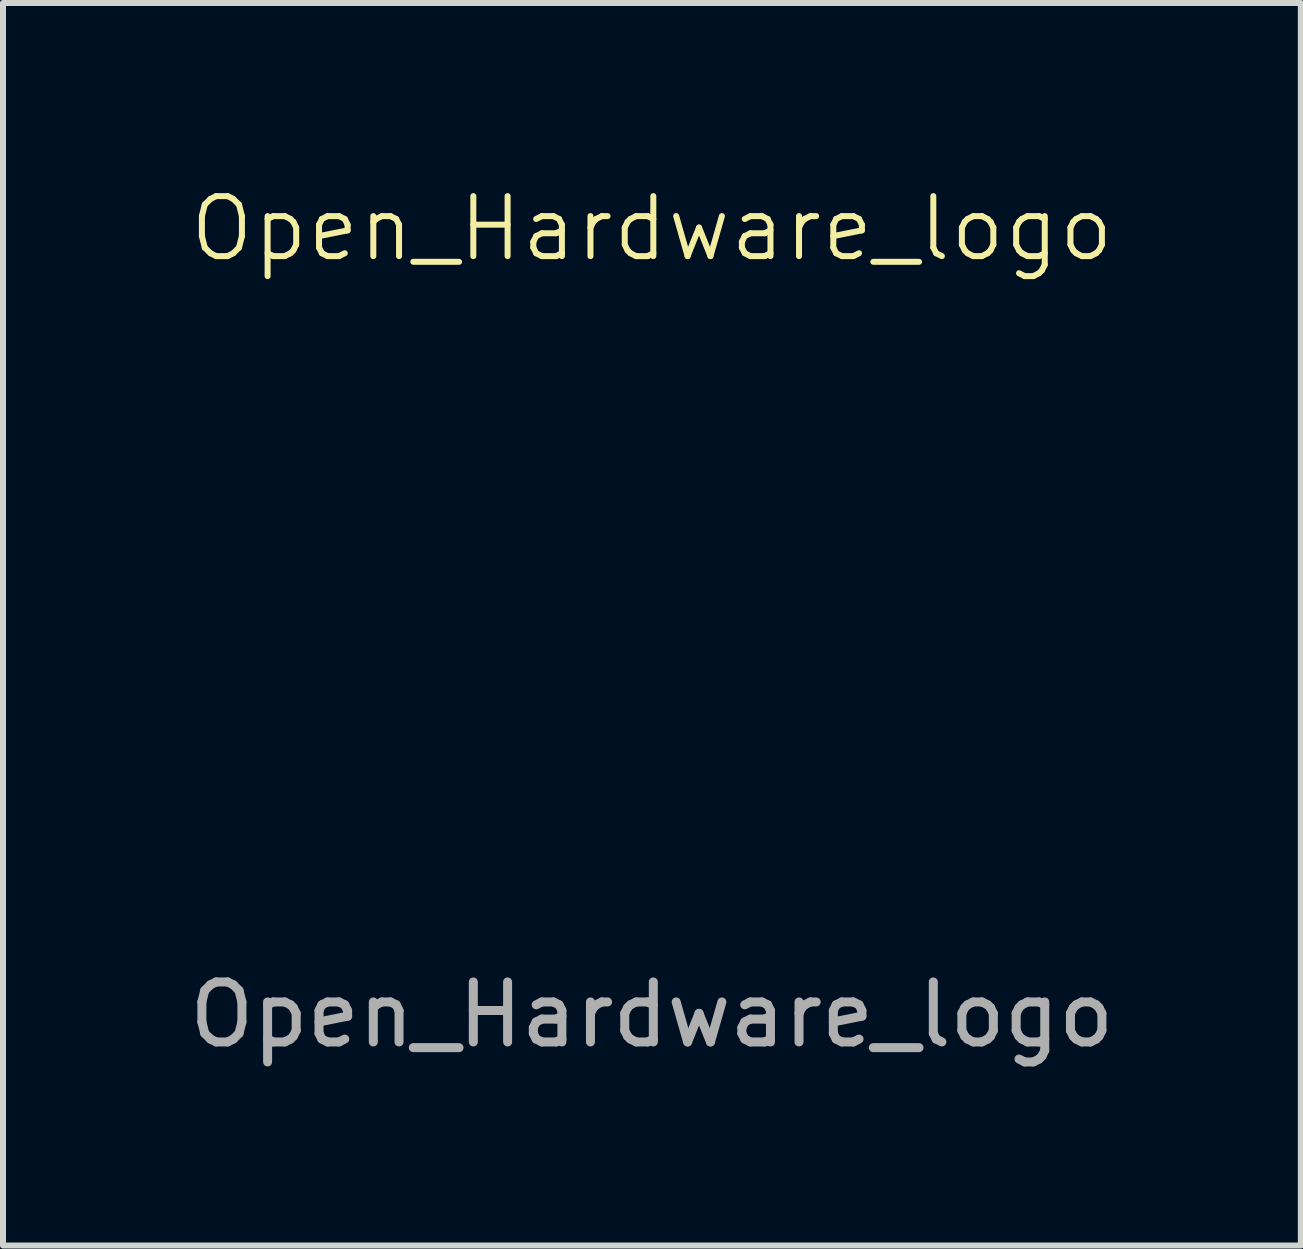
<source format=kicad_pcb>
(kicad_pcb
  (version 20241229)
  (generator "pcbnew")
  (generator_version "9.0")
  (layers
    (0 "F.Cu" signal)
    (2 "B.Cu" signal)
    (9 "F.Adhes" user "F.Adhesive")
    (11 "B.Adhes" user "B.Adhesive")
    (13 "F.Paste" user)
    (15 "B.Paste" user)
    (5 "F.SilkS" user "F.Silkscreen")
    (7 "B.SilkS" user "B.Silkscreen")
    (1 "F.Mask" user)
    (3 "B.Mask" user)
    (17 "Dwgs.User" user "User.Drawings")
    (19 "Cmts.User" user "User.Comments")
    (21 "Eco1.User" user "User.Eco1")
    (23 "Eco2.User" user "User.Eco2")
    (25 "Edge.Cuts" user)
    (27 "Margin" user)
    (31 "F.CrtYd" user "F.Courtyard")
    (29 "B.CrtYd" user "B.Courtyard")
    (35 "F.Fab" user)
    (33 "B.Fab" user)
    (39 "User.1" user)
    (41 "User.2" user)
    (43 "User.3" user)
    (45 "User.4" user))
  (footprint "Open_Hardware_logo"
    (layer "F.Cu")
    (at 7.815 8.261)
    (property "Reference" "Open_Hardware_logo" (at 0 -7.5 0) (unlocked yes) (layer "F.SilkS") (effects (font (size 1 1) (thickness 0.1))))
    (attr smd)
    (fp_poly (pts (xy 0.903 2.629) (xy 1.011 2.664) (xy 1.108 2.726) (xy 1.185 2.809) (xy 1.235 2.907) (xy 1.25 2.999) (xy 1.244 3.043) (xy 1.217 3.075) (xy 1.164 3.107) (xy 1.092 3.136) (xy 1.046 3.135) (xy 1.023 3.102) (xy 1.018 3.056) (xy 1.002 2.971) (xy 0.955 2.909) (xy 0.885 2.877) (xy 0.852 2.874) (xy 0.772 2.885) (xy 0.72 2.923) (xy 0.69 2.99) (xy 0.681 3.092) (xy 0.681 3.093) (xy 0.68 3.169) (xy 0.677 3.272) (xy 0.672 3.388) (xy 0.667 3.483) (xy 0.653 3.74) (xy 0.58 3.771) (xy 0.509 3.796) (xy 0.463 3.799) (xy 0.442 3.787) (xy 0.438 3.763) (xy 0.434 3.703) (xy 0.431 3.614) (xy 0.429 3.504) (xy 0.428 3.378) (xy 0.428 3.37) (xy 0.428 3.229) (xy 0.43 3.124) (xy 0.432 3.046) (xy 0.438 2.989) (xy 0.446 2.945) (xy 0.459 2.908) (xy 0.476 2.87) (xy 0.483 2.856) (xy 0.557 2.752) (xy 0.659 2.674) (xy 0.778 2.63) (xy 0.791 2.628)) (stroke (width 0) (type solid)) (fill yes) (layer "F.Mask"))
    (fp_poly (pts (xy 4.882 2.634) (xy 4.992 2.668) (xy 5.088 2.732) (xy 5.166 2.822) (xy 5.216 2.936) (xy 5.227 2.986) (xy 5.232 3.032) (xy 5.223 3.06) (xy 5.191 3.082) (xy 5.14 3.105) (xy 5.081 3.128) (xy 5.037 3.139) (xy 5.024 3.138) (xy 5.011 3.112) (xy 4.998 3.061) (xy 4.994 3.043) (xy 4.965 2.953) (xy 4.912 2.897) (xy 4.834 2.874) (xy 4.814 2.874) (xy 4.748 2.882) (xy 4.702 2.913) (xy 4.688 2.929) (xy 4.672 2.952) (xy 4.66 2.98) (xy 4.652 3.018) (xy 4.648 3.073) (xy 4.645 3.154) (xy 4.644 3.265) (xy 4.644 3.351) (xy 4.644 3.718) (xy 4.575 3.759) (xy 4.518 3.786) (xy 4.463 3.8) (xy 4.422 3.798) (xy 4.41 3.785) (xy 4.409 3.76) (xy 4.409 3.7) (xy 4.41 3.61) (xy 4.41 3.499) (xy 4.412 3.371) (xy 4.412 3.348) (xy 4.414 3.188) (xy 4.418 3.063) (xy 4.425 2.968) (xy 4.437 2.897) (xy 4.455 2.843) (xy 4.479 2.8) (xy 4.513 2.762) (xy 4.546 2.732) (xy 4.652 2.663) (xy 4.767 2.632)) (stroke (width 0) (type solid)) (fill yes) (layer "F.Mask"))
    (fp_poly (pts (xy -2.671 2.6) (xy -2.567 2.662) (xy -2.481 2.752) (xy -2.421 2.869) (xy -2.42 2.872) (xy -2.411 2.921) (xy -2.404 3.006) (xy -2.399 3.122) (xy -2.397 3.262) (xy -2.396 3.331) (xy -2.396 3.719) (xy -2.507 3.77) (xy -2.569 3.799) (xy -2.616 3.818) (xy -2.649 3.821) (xy -2.67 3.805) (xy -2.683 3.764) (xy -2.689 3.696) (xy -2.691 3.595) (xy -2.691 3.458) (xy -2.691 3.423) (xy -2.692 3.256) (xy -2.696 3.127) (xy -2.704 3.03) (xy -2.718 2.961) (xy -2.739 2.916) (xy -2.768 2.89) (xy -2.807 2.877) (xy -2.854 2.874) (xy -2.897 2.877) (xy -2.93 2.89) (xy -2.953 2.918) (xy -2.97 2.966) (xy -2.98 3.039) (xy -2.985 3.143) (xy -2.986 3.281) (xy -2.987 3.343) (xy -2.987 3.719) (xy -3.097 3.77) (xy -3.156 3.798) (xy -3.2 3.816) (xy -3.233 3.822) (xy -3.256 3.809) (xy -3.27 3.775) (xy -3.278 3.715) (xy -3.281 3.626) (xy -3.282 3.502) (xy -3.282 3.356) (xy -3.281 3.189) (xy -3.279 3.058) (xy -3.273 2.957) (xy -3.263 2.88) (xy -3.247 2.821) (xy -3.224 2.774) (xy -3.193 2.733) (xy -3.152 2.692) (xy -3.133 2.675) (xy -3.026 2.604) (xy -2.908 2.569) (xy -2.787 2.568)) (stroke (width 0) (type solid)) (fill yes) (layer "F.Mask"))
    (fp_poly (pts (xy -1.34 2.266) (xy -1.327 2.314) (xy -1.322 2.397) (xy -1.321 2.464) (xy -1.321 2.558) (xy -1.318 2.616) (xy -1.311 2.647) (xy -1.3 2.656) (xy -1.284 2.653) (xy -1.163 2.626) (xy -1.043 2.638) (xy -0.931 2.684) (xy -0.835 2.763) (xy -0.772 2.854) (xy -0.758 2.887) (xy -0.747 2.924) (xy -0.74 2.973) (xy -0.735 3.039) (xy -0.732 3.13) (xy -0.731 3.253) (xy -0.731 3.333) (xy -0.731 3.732) (xy -0.814 3.769) (xy -0.863 3.79) (xy -0.9 3.8) (xy -0.926 3.794) (xy -0.944 3.769) (xy -0.955 3.719) (xy -0.961 3.64) (xy -0.963 3.528) (xy -0.963 3.383) (xy -0.963 3.243) (xy -0.965 3.139) (xy -0.967 3.064) (xy -0.973 3.012) (xy -0.981 2.976) (xy -0.992 2.95) (xy -1.007 2.929) (xy -1.065 2.886) (xy -1.14 2.872) (xy -1.217 2.888) (xy -1.261 2.914) (xy -1.279 2.93) (xy -1.292 2.948) (xy -1.301 2.976) (xy -1.307 3.02) (xy -1.311 3.085) (xy -1.314 3.178) (xy -1.317 3.306) (xy -1.318 3.343) (xy -1.325 3.732) (xy -1.397 3.766) (xy -1.472 3.796) (xy -1.52 3.798) (xy -1.539 3.787) (xy -1.542 3.763) (xy -1.545 3.703) (xy -1.548 3.609) (xy -1.55 3.489) (xy -1.552 3.346) (xy -1.553 3.186) (xy -1.553 3.05) (xy -1.553 2.327) (xy -1.467 2.282) (xy -1.406 2.255) (xy -1.365 2.248)) (stroke (width 0) (type solid)) (fill yes) (layer "F.Mask"))
    (fp_poly (pts (xy -5.836 2.586) (xy -5.723 2.645) (xy -5.686 2.675) (xy -5.631 2.728) (xy -5.592 2.78) (xy -5.565 2.838) (xy -5.549 2.911) (xy -5.54 3.007) (xy -5.537 3.134) (xy -5.537 3.189) (xy -5.538 3.312) (xy -5.541 3.402) (xy -5.547 3.467) (xy -5.557 3.515) (xy -5.572 3.555) (xy -5.579 3.568) (xy -5.653 3.67) (xy -5.754 3.75) (xy -5.87 3.798) (xy -5.879 3.8) (xy -5.953 3.815) (xy -6.003 3.82) (xy -6.046 3.814) (xy -6.099 3.797) (xy -6.109 3.793) (xy -6.227 3.734) (xy -6.316 3.649) (xy -6.368 3.565) (xy -6.391 3.516) (xy -6.406 3.47) (xy -6.416 3.417) (xy -6.421 3.348) (xy -6.422 3.251) (xy -6.422 3.233) (xy -6.126 3.233) (xy -6.118 3.331) (xy -6.101 3.411) (xy -6.076 3.463) (xy -6.075 3.463) (xy -6.018 3.499) (xy -5.949 3.502) (xy -5.885 3.474) (xy -5.874 3.464) (xy -5.855 3.44) (xy -5.843 3.408) (xy -5.836 3.36) (xy -5.833 3.286) (xy -5.832 3.195) (xy -5.835 3.07) (xy -5.844 2.981) (xy -5.863 2.923) (xy -5.894 2.889) (xy -5.939 2.875) (xy -5.969 2.874) (xy -6.028 2.883) (xy -6.071 2.905) (xy -6.072 2.905) (xy -6.098 2.954) (xy -6.116 3.033) (xy -6.125 3.13) (xy -6.126 3.233) (xy -6.422 3.233) (xy -6.422 3.19) (xy -6.422 3.077) (xy -6.419 2.996) (xy -6.412 2.937) (xy -6.4 2.889) (xy -6.381 2.843) (xy -6.364 2.809) (xy -6.288 2.7) (xy -6.19 2.622) (xy -6.077 2.575) (xy -5.957 2.563)) (stroke (width 0) (type solid)) (fill yes) (layer "F.Mask"))
    (fp_poly (pts (xy -4.812 2.578) (xy -4.703 2.625) (xy -4.609 2.704) (xy -4.536 2.813) (xy -4.534 2.819) (xy -4.512 2.869) (xy -4.498 2.918) (xy -4.489 2.976) (xy -4.485 3.054) (xy -4.483 3.16) (xy -4.483 3.193) (xy -4.484 3.305) (xy -4.487 3.386) (xy -4.493 3.444) (xy -4.505 3.491) (xy -4.524 3.536) (xy -4.542 3.572) (xy -4.621 3.685) (xy -4.722 3.762) (xy -4.844 3.803) (xy -4.939 3.81) (xy -5.072 3.809) (xy -5.078 3.958) (xy -5.084 4.107) (xy -5.2 4.164) (xy -5.27 4.198) (xy -5.312 4.216) (xy -5.335 4.22) (xy -5.349 4.214) (xy -5.354 4.209) (xy -5.358 4.185) (xy -5.361 4.124) (xy -5.364 4.032) (xy -5.366 3.913) (xy -5.368 3.773) (xy -5.368 3.616) (xy -5.368 3.544) (xy -5.368 3.36) (xy -5.368 3.212) (xy -5.367 3.195) (xy -5.073 3.195) (xy -5.072 3.298) (xy -5.069 3.368) (xy -5.061 3.414) (xy -5.048 3.444) (xy -5.031 3.464) (xy -4.97 3.499) (xy -4.9 3.502) (xy -4.838 3.471) (xy -4.829 3.462) (xy -4.811 3.436) (xy -4.799 3.402) (xy -4.793 3.35) (xy -4.791 3.272) (xy -4.791 3.188) (xy -4.795 3.064) (xy -4.805 2.977) (xy -4.826 2.921) (xy -4.859 2.889) (xy -4.907 2.875) (xy -4.938 2.874) (xy -4.991 2.88) (xy -5.028 2.903) (xy -5.053 2.948) (xy -5.067 3.021) (xy -5.073 3.127) (xy -5.073 3.195) (xy -5.367 3.195) (xy -5.366 3.098) (xy -5.364 3.01) (xy -5.36 2.945) (xy -5.354 2.897) (xy -5.347 2.862) (xy -5.337 2.834) (xy -5.328 2.813) (xy -5.251 2.703) (xy -5.154 2.624) (xy -5.044 2.577) (xy -4.928 2.562)) (stroke (width 0) (type solid)) (fill yes) (layer "F.Mask"))
    (fp_poly (pts (xy 5.908 2.637) (xy 6.001 2.68) (xy 6.087 2.739) (xy 6.152 2.808) (xy 6.155 2.813) (xy 6.191 2.877) (xy 6.209 2.941) (xy 6.214 3.024) (xy 6.214 3.029) (xy 6.214 3.156) (xy 5.931 3.285) (xy 5.831 3.332) (xy 5.745 3.374) (xy 5.681 3.409) (xy 5.645 3.432) (xy 5.64 3.438) (xy 5.648 3.468) (xy 5.678 3.509) (xy 5.685 3.516) (xy 5.754 3.561) (xy 5.829 3.569) (xy 5.899 3.544) (xy 5.954 3.49) (xy 5.983 3.421) (xy 6.003 3.372) (xy 6.045 3.337) (xy 6.085 3.318) (xy 6.156 3.293) (xy 6.199 3.295) (xy 6.22 3.327) (xy 6.225 3.383) (xy 6.207 3.493) (xy 6.158 3.603) (xy 6.087 3.698) (xy 6.001 3.765) (xy 5.996 3.768) (xy 5.9 3.8) (xy 5.791 3.81) (xy 5.698 3.798) (xy 5.587 3.746) (xy 5.494 3.664) (xy 5.445 3.59) (xy 5.427 3.55) (xy 5.415 3.505) (xy 5.408 3.445) (xy 5.404 3.363) (xy 5.403 3.249) (xy 5.403 3.222) (xy 5.404 3.1) (xy 5.405 3.066) (xy 5.635 3.066) (xy 5.637 3.118) (xy 5.644 3.146) (xy 5.647 3.148) (xy 5.67 3.139) (xy 5.722 3.118) (xy 5.792 3.086) (xy 5.815 3.075) (xy 5.888 3.039) (xy 5.942 3.007) (xy 5.97 2.985) (xy 5.972 2.98) (xy 5.953 2.937) (xy 5.905 2.899) (xy 5.839 2.877) (xy 5.805 2.874) (xy 5.724 2.891) (xy 5.667 2.942) (xy 5.638 3.022) (xy 5.635 3.066) (xy 5.405 3.066) (xy 5.407 3.012) (xy 5.414 2.948) (xy 5.425 2.901) (xy 5.441 2.861) (xy 5.444 2.854) (xy 5.52 2.75) (xy 5.622 2.673) (xy 5.743 2.629) (xy 5.824 2.621)) (stroke (width 0) (type solid)) (fill yes) (layer "F.Mask"))
    (fp_poly (pts (xy -3.769 2.578) (xy -3.689 2.613) (xy -3.606 2.671) (xy -3.534 2.742) (xy -3.485 2.813) (xy -3.474 2.839) (xy -3.45 2.939) (xy -3.439 3.029) (xy -3.442 3.098) (xy -3.455 3.131) (xy -3.483 3.152) (xy -3.543 3.185) (xy -3.625 3.227) (xy -3.722 3.272) (xy -3.751 3.285) (xy -3.848 3.33) (xy -3.929 3.369) (xy -3.988 3.4) (xy -4.017 3.418) (xy -4.019 3.421) (xy -4.005 3.445) (xy -3.981 3.471) (xy -3.92 3.502) (xy -3.854 3.5) (xy -3.796 3.47) (xy -3.756 3.418) (xy -3.745 3.368) (xy -3.739 3.336) (xy -3.716 3.309) (xy -3.666 3.278) (xy -3.615 3.253) (xy -3.53 3.217) (xy -3.475 3.207) (xy -3.445 3.227) (xy -3.436 3.28) (xy -3.441 3.367) (xy -3.474 3.512) (xy -3.537 3.632) (xy -3.627 3.725) (xy -3.742 3.786) (xy -3.788 3.799) (xy -3.865 3.815) (xy -3.919 3.819) (xy -3.97 3.81) (xy -4.022 3.793) (xy -4.14 3.734) (xy -4.229 3.649) (xy -4.281 3.565) (xy -4.304 3.516) (xy -4.32 3.47) (xy -4.329 3.417) (xy -4.334 3.348) (xy -4.335 3.251) (xy -4.336 3.19) (xy -4.335 3.077) (xy -4.332 3.003) (xy -4.019 3.003) (xy -4.016 3.046) (xy -4.009 3.063) (xy -3.986 3.056) (xy -3.937 3.035) (xy -3.883 3.012) (xy -3.809 2.975) (xy -3.774 2.946) (xy -3.774 2.92) (xy -3.807 2.896) (xy -3.88 2.875) (xy -3.947 2.887) (xy -3.996 2.928) (xy -4.019 2.992) (xy -4.019 3.003) (xy -4.332 3.003) (xy -4.332 2.996) (xy -4.325 2.937) (xy -4.313 2.889) (xy -4.294 2.843) (xy -4.278 2.809) (xy -4.2 2.699) (xy -4.098 2.619) (xy -3.979 2.573) (xy -3.85 2.564)) (stroke (width 0) (type solid)) (fill yes) (layer "F.Mask"))
    (fp_poly (pts (xy -0.094 2.629) (xy 0.03 2.667) (xy 0.134 2.74) (xy 0.189 2.802) (xy 0.249 2.881) (xy 0.249 3.312) (xy 0.249 3.743) (xy 0.167 3.775) (xy 0.102 3.795) (xy 0.058 3.79) (xy 0.05 3.786) (xy 0.006 3.775) (xy -0.016 3.78) (xy -0.076 3.799) (xy -0.157 3.809) (xy -0.24 3.809) (xy -0.286 3.802) (xy -0.389 3.759) (xy -0.472 3.689) (xy -0.53 3.602) (xy -0.56 3.504) (xy -0.558 3.461) (xy -0.314 3.461) (xy -0.31 3.5) (xy -0.296 3.526) (xy -0.269 3.554) (xy -0.233 3.566) (xy -0.173 3.567) (xy -0.154 3.566) (xy -0.09 3.563) (xy -0.054 3.571) (xy -0.032 3.594) (xy -0.016 3.627) (xy 0.006 3.672) (xy 0.02 3.695) (xy 0.021 3.696) (xy 0.024 3.676) (xy 0.026 3.623) (xy 0.027 3.546) (xy 0.028 3.486) (xy 0.028 3.277) (xy -0.131 3.342) (xy -0.229 3.386) (xy -0.288 3.424) (xy -0.314 3.461) (xy -0.558 3.461) (xy -0.556 3.404) (xy -0.533 3.342) (xy -0.504 3.294) (xy -0.466 3.254) (xy -0.413 3.217) (xy -0.335 3.176) (xy -0.227 3.128) (xy -0.202 3.117) (xy -0.114 3.079) (xy -0.042 3.045) (xy 0.006 3.019) (xy 0.022 3.006) (xy 0.015 2.978) (xy -0.012 2.935) (xy -0.015 2.93) (xy -0.062 2.888) (xy -0.123 2.874) (xy -0.138 2.874) (xy -0.217 2.884) (xy -0.271 2.921) (xy -0.31 2.992) (xy -0.316 3.008) (xy -0.348 3.072) (xy -0.398 3.111) (xy -0.421 3.121) (xy -0.495 3.141) (xy -0.541 3.131) (xy -0.561 3.09) (xy -0.562 3.069) (xy -0.544 2.946) (xy -0.493 2.834) (xy -0.417 2.741) (xy -0.321 2.672) (xy -0.211 2.632) (xy -0.096 2.629)) (stroke (width 0) (type solid)) (fill yes) (layer "F.Mask"))
    (fp_poly (pts (xy 2.232 2.252) (xy 2.244 2.265) (xy 2.25 2.294) (xy 2.254 2.36) (xy 2.256 2.459) (xy 2.258 2.586) (xy 2.258 2.736) (xy 2.257 2.905) (xy 2.254 3.088) (xy 2.252 3.233) (xy 2.248 3.345) (xy 2.244 3.43) (xy 2.238 3.492) (xy 2.231 3.536) (xy 2.222 3.566) (xy 2.216 3.58) (xy 2.163 3.653) (xy 2.093 3.724) (xy 2.022 3.774) (xy 2.02 3.775) (xy 1.933 3.803) (xy 1.829 3.811) (xy 1.731 3.8) (xy 1.703 3.791) (xy 1.616 3.743) (xy 1.535 3.668) (xy 1.471 3.581) (xy 1.442 3.514) (xy 1.43 3.444) (xy 1.423 3.345) (xy 1.42 3.231) (xy 1.42 3.224) (xy 1.672 3.224) (xy 1.672 3.332) (xy 1.674 3.406) (xy 1.679 3.455) (xy 1.689 3.486) (xy 1.705 3.507) (xy 1.727 3.526) (xy 1.803 3.563) (xy 1.883 3.564) (xy 1.954 3.53) (xy 1.96 3.523) (xy 1.981 3.501) (xy 1.995 3.475) (xy 2.003 3.438) (xy 2.007 3.379) (xy 2.009 3.292) (xy 2.009 3.224) (xy 2.008 3.116) (xy 2.006 3.041) (xy 2 2.991) (xy 1.989 2.957) (xy 1.972 2.932) (xy 1.963 2.923) (xy 1.899 2.882) (xy 1.823 2.874) (xy 1.749 2.898) (xy 1.721 2.92) (xy 1.7 2.941) (xy 1.686 2.967) (xy 1.678 3.004) (xy 1.674 3.062) (xy 1.672 3.148) (xy 1.672 3.224) (xy 1.42 3.224) (xy 1.422 3.116) (xy 1.429 3.013) (xy 1.44 2.936) (xy 1.443 2.926) (xy 1.492 2.822) (xy 1.571 2.735) (xy 1.672 2.67) (xy 1.784 2.634) (xy 1.898 2.633) (xy 1.92 2.637) (xy 2.009 2.657) (xy 2.009 2.503) (xy 2.013 2.409) (xy 2.027 2.346) (xy 2.057 2.305) (xy 2.11 2.276) (xy 2.148 2.262) (xy 2.202 2.248)) (stroke (width 0) (type solid)) (fill yes) (layer "F.Mask"))
    (fp_poly (pts (xy 2.536 2.631) (xy 2.543 2.657) (xy 2.55 2.721) (xy 2.554 2.822) (xy 2.557 2.954) (xy 2.557 3.071) (xy 2.558 3.232) (xy 2.561 3.356) (xy 2.567 3.446) (xy 2.577 3.508) (xy 2.591 3.546) (xy 2.612 3.564) (xy 2.639 3.568) (xy 2.653 3.566) (xy 2.667 3.561) (xy 2.678 3.548) (xy 2.686 3.522) (xy 2.692 3.477) (xy 2.696 3.407) (xy 2.7 3.308) (xy 2.704 3.173) (xy 2.705 3.143) (xy 2.709 3.01) (xy 2.715 2.894) (xy 2.722 2.801) (xy 2.729 2.736) (xy 2.736 2.708) (xy 2.736 2.707) (xy 2.769 2.686) (xy 2.822 2.66) (xy 2.834 2.654) (xy 2.888 2.635) (xy 2.919 2.637) (xy 2.934 2.649) (xy 2.943 2.681) (xy 2.95 2.751) (xy 2.956 2.857) (xy 2.96 2.995) (xy 2.963 3.118) (xy 2.968 3.559) (xy 3.021 3.559) (xy 3.052 3.555) (xy 3.07 3.536) (xy 3.081 3.493) (xy 3.087 3.443) (xy 3.092 3.379) (xy 3.097 3.284) (xy 3.101 3.171) (xy 3.103 3.049) (xy 3.103 3.015) (xy 3.105 2.703) (xy 3.2 2.661) (xy 3.259 2.639) (xy 3.304 2.63) (xy 3.316 2.631) (xy 3.324 2.657) (xy 3.331 2.717) (xy 3.335 2.805) (xy 3.338 2.913) (xy 3.338 3.034) (xy 3.338 3.16) (xy 3.335 3.284) (xy 3.331 3.399) (xy 3.325 3.498) (xy 3.318 3.573) (xy 3.309 3.617) (xy 3.308 3.618) (xy 3.248 3.712) (xy 3.163 3.777) (xy 3.061 3.809) (xy 2.952 3.803) (xy 2.918 3.794) (xy 2.852 3.776) (xy 2.799 3.778) (xy 2.752 3.792) (xy 2.682 3.814) (xy 2.626 3.817) (xy 2.56 3.804) (xy 2.544 3.799) (xy 2.488 3.771) (xy 2.429 3.724) (xy 2.413 3.707) (xy 2.384 3.669) (xy 2.361 3.624) (xy 2.345 3.567) (xy 2.335 3.494) (xy 2.329 3.397) (xy 2.327 3.27) (xy 2.329 3.11) (xy 2.329 3.064) (xy 2.336 2.716) (xy 2.425 2.667) (xy 2.481 2.641) (xy 2.524 2.63)) (stroke (width 0) (type solid)) (fill yes) (layer "F.Mask"))
    (fp_poly (pts (xy 3.926 2.638) (xy 4.024 2.684) (xy 4.112 2.75) (xy 4.175 2.828) (xy 4.196 2.865) (xy 4.211 2.898) (xy 4.221 2.937) (xy 4.229 2.987) (xy 4.233 3.056) (xy 4.237 3.152) (xy 4.239 3.281) (xy 4.24 3.312) (xy 4.242 3.465) (xy 4.241 3.58) (xy 4.237 3.66) (xy 4.23 3.709) (xy 4.222 3.728) (xy 4.184 3.757) (xy 4.129 3.78) (xy 4.072 3.793) (xy 4.029 3.793) (xy 4.015 3.785) (xy 3.992 3.773) (xy 3.945 3.781) (xy 3.916 3.791) (xy 3.833 3.815) (xy 3.764 3.817) (xy 3.686 3.798) (xy 3.665 3.791) (xy 3.56 3.742) (xy 3.487 3.677) (xy 3.435 3.587) (xy 3.434 3.584) (xy 3.41 3.517) (xy 3.405 3.466) (xy 3.405 3.465) (xy 3.655 3.465) (xy 3.657 3.508) (xy 3.69 3.542) (xy 3.75 3.562) (xy 3.83 3.562) (xy 3.833 3.562) (xy 3.891 3.557) (xy 3.922 3.566) (xy 3.942 3.596) (xy 3.949 3.612) (xy 3.97 3.655) (xy 3.987 3.675) (xy 3.988 3.675) (xy 3.993 3.655) (xy 3.996 3.603) (xy 3.995 3.528) (xy 3.994 3.485) (xy 3.99 3.402) (xy 3.983 3.337) (xy 3.975 3.3) (xy 3.971 3.295) (xy 3.936 3.304) (xy 3.877 3.326) (xy 3.808 3.355) (xy 3.745 3.386) (xy 3.699 3.412) (xy 3.69 3.418) (xy 3.655 3.465) (xy 3.405 3.465) (xy 3.417 3.408) (xy 3.418 3.404) (xy 3.44 3.342) (xy 3.47 3.293) (xy 3.515 3.25) (xy 3.581 3.208) (xy 3.676 3.161) (xy 3.747 3.129) (xy 3.838 3.087) (xy 3.913 3.049) (xy 3.966 3.019) (xy 3.987 3.001) (xy 3.979 2.97) (xy 3.95 2.928) (xy 3.947 2.925) (xy 3.886 2.885) (xy 3.816 2.875) (xy 3.747 2.89) (xy 3.69 2.928) (xy 3.657 2.985) (xy 3.653 3.017) (xy 3.634 3.065) (xy 3.584 3.106) (xy 3.514 3.13) (xy 3.48 3.134) (xy 3.411 3.137) (xy 3.418 3.032) (xy 3.441 2.919) (xy 3.492 2.81) (xy 3.563 2.721) (xy 3.565 2.719) (xy 3.632 2.676) (xy 3.721 2.642) (xy 3.81 2.623) (xy 3.834 2.622)) (stroke (width 0) (type solid)) (fill yes) (layer "F.Mask"))
    (fp_poly (pts (xy 0.097 -6.032) (xy 0.239 -6.03) (xy 0.348 -6.025) (xy 0.43 -6.017) (xy 0.489 -6.004) (xy 0.529 -5.985) (xy 0.556 -5.958) (xy 0.575 -5.924) (xy 0.589 -5.88) (xy 0.591 -5.874) (xy 0.605 -5.82) (xy 0.623 -5.735) (xy 0.646 -5.628) (xy 0.669 -5.508) (xy 0.682 -5.442) (xy 0.712 -5.277) (xy 0.736 -5.148) (xy 0.755 -5.051) (xy 0.772 -4.979) (xy 0.788 -4.929) (xy 0.806 -4.894) (xy 0.827 -4.87) (xy 0.853 -4.852) (xy 0.887 -4.835) (xy 0.93 -4.814) (xy 1.009 -4.776) (xy 1.113 -4.732) (xy 1.227 -4.686) (xy 1.317 -4.652) (xy 1.42 -4.616) (xy 1.492 -4.592) (xy 1.541 -4.581) (xy 1.575 -4.579) (xy 1.603 -4.586) (xy 1.629 -4.598) (xy 1.686 -4.631) (xy 1.77 -4.682) (xy 1.869 -4.746) (xy 1.976 -4.816) (xy 2.081 -4.887) (xy 2.175 -4.952) (xy 2.249 -5.005) (xy 2.283 -5.032) (xy 2.379 -5.103) (xy 2.465 -5.153) (xy 2.533 -5.177) (xy 2.549 -5.178) (xy 2.574 -5.164) (xy 2.623 -5.124) (xy 2.691 -5.064) (xy 2.772 -4.988) (xy 2.863 -4.901) (xy 2.957 -4.809) (xy 3.05 -4.717) (xy 3.137 -4.628) (xy 3.212 -4.549) (xy 3.27 -4.484) (xy 3.307 -4.439) (xy 3.308 -4.438) (xy 3.34 -4.388) (xy 3.35 -4.354) (xy 3.339 -4.319) (xy 3.325 -4.29) (xy 3.302 -4.251) (xy 3.26 -4.184) (xy 3.203 -4.095) (xy 3.135 -3.99) (xy 3.059 -3.876) (xy 3.038 -3.845) (xy 2.963 -3.73) (xy 2.896 -3.624) (xy 2.84 -3.533) (xy 2.8 -3.462) (xy 2.778 -3.418) (xy 2.776 -3.411) (xy 2.779 -3.359) (xy 2.8 -3.279) (xy 2.834 -3.179) (xy 2.879 -3.068) (xy 2.93 -2.953) (xy 2.984 -2.844) (xy 3.037 -2.747) (xy 3.086 -2.673) (xy 3.126 -2.628) (xy 3.128 -2.626) (xy 3.181 -2.602) (xy 3.269 -2.574) (xy 3.388 -2.546) (xy 3.458 -2.531) (xy 3.633 -2.497) (xy 3.772 -2.47) (xy 3.88 -2.448) (xy 3.962 -2.431) (xy 4.023 -2.418) (xy 4.068 -2.406) (xy 4.102 -2.396) (xy 4.13 -2.386) (xy 4.143 -2.381) (xy 4.222 -2.349) (xy 4.222 -1.88) (xy 4.222 -1.737) (xy 4.22 -1.602) (xy 4.217 -1.483) (xy 4.214 -1.388) (xy 4.21 -1.325) (xy 4.209 -1.312) (xy 4.202 -1.269) (xy 4.192 -1.237) (xy 4.171 -1.212) (xy 4.136 -1.192) (xy 4.079 -1.174) (xy 3.994 -1.154) (xy 3.877 -1.131) (xy 3.814 -1.119) (xy 3.625 -1.082) (xy 3.473 -1.053) (xy 3.355 -1.029) (xy 3.264 -1.009) (xy 3.199 -0.994) (xy 3.153 -0.98) (xy 3.123 -0.968) (xy 3.105 -0.956) (xy 3.094 -0.943) (xy 3.086 -0.928) (xy 3.084 -0.923) (xy 3.067 -0.884) (xy 3.038 -0.815) (xy 3.001 -0.723) (xy 2.959 -0.618) (xy 2.941 -0.573) (xy 2.885 -0.43) (xy 2.847 -0.317) (xy 2.826 -0.227) (xy 2.822 -0.15) (xy 2.836 -0.078) (xy 2.867 -0.004) (xy 2.917 0.081) (xy 2.955 0.142) (xy 3.023 0.245) (xy 3.097 0.354) (xy 3.166 0.454) (xy 3.201 0.505) (xy 3.255 0.584) (xy 3.301 0.66) (xy 3.331 0.72) (xy 3.337 0.735) (xy 3.348 0.771) (xy 3.348 0.801) (xy 3.334 0.833) (xy 3.3 0.876) (xy 3.244 0.941) (xy 3.235 0.951) (xy 3.157 1.036) (xy 3.064 1.132) (xy 2.963 1.233) (xy 2.862 1.331) (xy 2.769 1.419) (xy 2.69 1.49) (xy 2.635 1.535) (xy 2.585 1.57) (xy 2.552 1.583) (xy 2.517 1.576) (xy 2.478 1.558) (xy 2.433 1.533) (xy 2.361 1.489) (xy 2.271 1.431) (xy 2.169 1.365) (xy 2.063 1.295) (xy 1.962 1.227) (xy 1.874 1.165) (xy 1.805 1.116) (xy 1.77 1.089) (xy 1.726 1.058) (xy 1.683 1.044) (xy 1.631 1.048) (xy 1.561 1.071) (xy 1.463 1.113) (xy 1.461 1.114) (xy 1.359 1.158) (xy 1.287 1.181) (xy 1.235 1.183) (xy 1.194 1.16) (xy 1.157 1.111) (xy 1.12 1.045) (xy 1.09 0.985) (xy 1.049 0.894) (xy 0.998 0.778) (xy 0.941 0.645) (xy 0.882 0.502) (xy 0.843 0.408) (xy 0.784 0.263) (xy 0.727 0.124) (xy 0.675 -0.003) (xy 0.63 -0.11) (xy 0.595 -0.19) (xy 0.58 -0.225) (xy 0.509 -0.395) (xy 0.458 -0.547) (xy 0.44 -0.617) (xy 0.435 -0.652) (xy 0.443 -0.68) (xy 0.468 -0.709) (xy 0.519 -0.749) (xy 0.562 -0.78) (xy 0.738 -0.929) (xy 0.886 -1.101) (xy 1.001 -1.291) (xy 1.08 -1.492) (xy 1.094 -1.545) (xy 1.119 -1.731) (xy 1.112 -1.926) (xy 1.074 -2.12) (xy 1.008 -2.299) (xy 0.953 -2.4) (xy 0.848 -2.531) (xy 0.713 -2.654) (xy 0.557 -2.762) (xy 0.391 -2.847) (xy 0.231 -2.9) (xy 0.106 -2.919) (xy -0.042 -2.924) (xy -0.196 -2.915) (xy -0.338 -2.893) (xy -0.345 -2.891) (xy -0.53 -2.829) (xy -0.697 -2.731) (xy -0.843 -2.604) (xy -0.966 -2.451) (xy -1.063 -2.278) (xy -1.131 -2.089) (xy -1.168 -1.889) (xy -1.171 -1.682) (xy -1.142 -1.493) (xy -1.112 -1.382) (xy -1.075 -1.287) (xy -1.026 -1.199) (xy -0.96 -1.11) (xy -0.871 -1.012) (xy -0.755 -0.898) (xy -0.745 -0.889) (xy -0.494 -0.652) (xy -0.542 -0.507) (xy -0.576 -0.408) (xy -0.618 -0.294) (xy -0.669 -0.161) (xy -0.733 -0.003) (xy -0.809 0.182) (xy -0.9 0.399) (xy -0.962 0.545) (xy -1.02 0.681) (xy -1.073 0.806) (xy -1.118 0.915) (xy -1.153 1.002) (xy -1.176 1.061) (xy -1.184 1.082) (xy -1.218 1.153) (xy -1.266 1.197) (xy -1.306 1.209) (xy -1.343 1.199) (xy -1.405 1.173) (xy -1.48 1.135) (xy -1.501 1.124) (xy -1.577 1.085) (xy -1.644 1.055) (xy -1.69 1.041) (xy -1.697 1.04) (xy -1.727 1.051) (xy -1.786 1.083) (xy -1.867 1.131) (xy -1.964 1.192) (xy -2.066 1.26) (xy -2.203 1.35) (xy -2.327 1.43) (xy -2.436 1.497) (xy -2.523 1.547) (xy -2.585 1.578) (xy -2.615 1.588) (xy -2.633 1.575) (xy -2.676 1.538) (xy -2.739 1.483) (xy -2.815 1.415) (xy -2.842 1.39) (xy -2.945 1.294) (xy -3.058 1.184) (xy -3.167 1.074) (xy -3.246 0.991) (xy -3.431 0.789) (xy -3.39 0.709) (xy -3.362 0.661) (xy -3.316 0.589) (xy -3.258 0.501) (xy -3.193 0.407) (xy -3.186 0.397) (xy -3.084 0.252) (xy -3.005 0.136) (xy -2.946 0.046) (xy -2.905 -0.022) (xy -2.878 -0.074) (xy -2.864 -0.113) (xy -2.86 -0.144) (xy -2.86 -0.144) (xy -2.868 -0.193) (xy -2.889 -0.266) (xy -2.918 -0.347) (xy -2.922 -0.357) (xy -2.962 -0.459) (xy -3.006 -0.571) (xy -3.039 -0.657) (xy -3.07 -0.738) (xy -3.097 -0.811) (xy -3.116 -0.86) (xy -3.116 -0.861) (xy -3.134 -0.9) (xy -3.158 -0.932) (xy -3.193 -0.96) (xy -3.243 -0.984) (xy -3.314 -1.006) (xy -3.411 -1.029) (xy -3.538 -1.054) (xy -3.701 -1.083) (xy -3.745 -1.09) (xy -3.903 -1.12) (xy -4.036 -1.149) (xy -4.14 -1.177) (xy -4.21 -1.203) (xy -4.226 -1.212) (xy -4.235 -1.228) (xy -4.243 -1.265) (xy -4.249 -1.328) (xy -4.255 -1.42) (xy -4.26 -1.545) (xy -4.264 -1.706) (xy -4.266 -1.772) (xy -4.035 -1.772) (xy -4.029 -1.653) (xy -4.014 -1.551) (xy -3.992 -1.474) (xy -3.963 -1.432) (xy -3.904 -1.403) (xy -3.802 -1.371) (xy -3.659 -1.338) (xy -3.475 -1.303) (xy -3.461 -1.3) (xy -3.311 -1.274) (xy -3.197 -1.254) (xy -3.114 -1.237) (xy -3.057 -1.223) (xy -3.019 -1.21) (xy -2.996 -1.196) (xy -2.983 -1.18) (xy -2.973 -1.159) (xy -2.968 -1.146) (xy -2.951 -1.103) (xy -2.923 -1.029) (xy -2.886 -0.933) (xy -2.845 -0.825) (xy -2.828 -0.78) (xy -2.78 -0.657) (xy -2.728 -0.532) (xy -2.679 -0.417) (xy -2.636 -0.326) (xy -2.629 -0.31) (xy -2.598 -0.25) (xy -2.576 -0.203) (xy -2.564 -0.162) (xy -2.565 -0.121) (xy -2.579 -0.075) (xy -2.609 -0.016) (xy -2.656 0.06) (xy -2.723 0.161) (xy -2.797 0.271) (xy -2.867 0.376) (xy -2.932 0.48) (xy -2.988 0.571) (xy -3.029 0.641) (xy -3.039 0.661) (xy -3.098 0.775) (xy -2.841 1.024) (xy -2.756 1.105) (xy -2.682 1.176) (xy -2.624 1.23) (xy -2.587 1.263) (xy -2.576 1.272) (xy -2.554 1.262) (xy -2.508 1.236) (xy -2.456 1.206) (xy -2.395 1.169) (xy -2.315 1.117) (xy -2.224 1.056) (xy -2.128 0.991) (xy -2.035 0.926) (xy -1.95 0.867) (xy -1.88 0.816) (xy -1.833 0.781) (xy -1.816 0.765) (xy -1.782 0.747) (xy -1.72 0.749) (xy -1.64 0.769) (xy -1.55 0.805) (xy -1.545 0.808) (xy -1.479 0.838) (xy -1.427 0.856) (xy -1.402 0.858) (xy -1.382 0.833) (xy -1.35 0.776) (xy -1.308 0.695) (xy -1.259 0.598) (xy -1.209 0.49) (xy -1.16 0.379) (xy -1.158 0.376) (xy -1.128 0.303) (xy -1.09 0.208) (xy -1.047 0.097) (xy -1.001 -0.023) (xy -0.956 -0.144) (xy -0.912 -0.261) (xy -0.874 -0.366) (xy -0.844 -0.453) (xy -0.823 -0.514) (xy -0.815 -0.543) (xy -0.815 -0.544) (xy -0.829 -0.567) (xy -0.865 -0.614) (xy -0.918 -0.677) (xy -0.964 -0.729) (xy -1.12 -0.914) (xy -1.24 -1.087) (xy -1.328 -1.255) (xy -1.386 -1.426) (xy -1.418 -1.606) (xy -1.426 -1.78) (xy -1.415 -1.975) (xy -1.377 -2.157) (xy -1.311 -2.34) (xy -1.275 -2.417) (xy -1.164 -2.601) (xy -1.019 -2.768) (xy -0.845 -2.914) (xy -0.651 -3.033) (xy -0.441 -3.121) (xy -0.352 -3.147) (xy -0.222 -3.168) (xy -0.069 -3.176) (xy 0.092 -3.17) (xy 0.248 -3.153) (xy 0.384 -3.124) (xy 0.433 -3.108) (xy 0.649 -3.007) (xy 0.844 -2.874) (xy 1.013 -2.714) (xy 1.152 -2.532) (xy 1.257 -2.332) (xy 1.301 -2.206) (xy 1.32 -2.12) (xy 1.334 -2.004) (xy 1.344 -1.873) (xy 1.348 -1.739) (xy 1.347 -1.616) (xy 1.339 -1.516) (xy 1.335 -1.492) (xy 1.287 -1.315) (xy 1.208 -1.141) (xy 1.096 -0.966) (xy 0.948 -0.784) (xy 0.896 -0.728) (xy 0.737 -0.559) (xy 0.776 -0.45) (xy 0.804 -0.373) (xy 0.846 -0.265) (xy 0.897 -0.135) (xy 0.955 0.008) (xy 1.016 0.157) (xy 1.076 0.304) (xy 1.133 0.439) (xy 1.182 0.555) (xy 1.214 0.629) (xy 1.263 0.731) (xy 1.304 0.803) (xy 1.335 0.842) (xy 1.344 0.847) (xy 1.383 0.843) (xy 1.444 0.825) (xy 1.484 0.809) (xy 1.564 0.783) (xy 1.644 0.777) (xy 1.73 0.793) (xy 1.826 0.833) (xy 1.939 0.899) (xy 2.074 0.992) (xy 2.125 1.03) (xy 2.212 1.093) (xy 2.297 1.151) (xy 2.369 1.196) (xy 2.405 1.216) (xy 2.461 1.241) (xy 2.497 1.249) (xy 2.533 1.238) (xy 2.572 1.218) (xy 2.615 1.188) (xy 2.677 1.135) (xy 2.751 1.067) (xy 2.829 0.993) (xy 2.901 0.919) (xy 2.961 0.855) (xy 2.999 0.808) (xy 3.004 0.799) (xy 3.006 0.762) (xy 2.984 0.696) (xy 2.937 0.602) (xy 2.864 0.477) (xy 2.767 0.322) (xy 2.691 0.208) (xy 2.491 -0.093) (xy 2.565 -0.28) (xy 2.606 -0.381) (xy 2.655 -0.504) (xy 2.706 -0.628) (xy 2.735 -0.699) (xy 2.776 -0.803) (xy 2.813 -0.906) (xy 2.842 -0.994) (xy 2.856 -1.045) (xy 2.874 -1.112) (xy 2.896 -1.153) (xy 2.933 -1.18) (xy 2.967 -1.196) (xy 3.024 -1.216) (xy 3.109 -1.24) (xy 3.21 -1.263) (xy 3.285 -1.279) (xy 3.466 -1.314) (xy 3.611 -1.343) (xy 3.723 -1.368) (xy 3.807 -1.39) (xy 3.867 -1.411) (xy 3.907 -1.433) (xy 3.933 -1.458) (xy 3.949 -1.486) (xy 3.958 -1.52) (xy 3.961 -1.535) (xy 3.969 -1.61) (xy 3.973 -1.712) (xy 3.973 -1.826) (xy 3.968 -1.937) (xy 3.96 -2.031) (xy 3.953 -2.079) (xy 3.942 -2.116) (xy 3.926 -2.141) (xy 3.893 -2.16) (xy 3.836 -2.18) (xy 3.768 -2.199) (xy 3.687 -2.22) (xy 3.576 -2.246) (xy 3.449 -2.275) (xy 3.318 -2.303) (xy 3.267 -2.314) (xy 2.934 -2.382) (xy 2.875 -2.5) (xy 2.844 -2.564) (xy 2.802 -2.656) (xy 2.754 -2.763) (xy 2.706 -2.875) (xy 2.699 -2.891) (xy 2.65 -3.003) (xy 2.601 -3.111) (xy 2.557 -3.205) (xy 2.522 -3.273) (xy 2.518 -3.28) (xy 2.455 -3.394) (xy 2.504 -3.491) (xy 2.533 -3.543) (xy 2.581 -3.621) (xy 2.641 -3.715) (xy 2.708 -3.816) (xy 2.731 -3.851) (xy 2.799 -3.953) (xy 2.863 -4.052) (xy 2.918 -4.138) (xy 2.956 -4.203) (xy 2.964 -4.217) (xy 3.019 -4.321) (xy 2.974 -4.386) (xy 2.937 -4.433) (xy 2.882 -4.495) (xy 2.815 -4.567) (xy 2.742 -4.642) (xy 2.671 -4.713) (xy 2.607 -4.774) (xy 2.556 -4.819) (xy 2.526 -4.84) (xy 2.523 -4.841) (xy 2.494 -4.833) (xy 2.445 -4.809) (xy 2.372 -4.767) (xy 2.273 -4.704) (xy 2.145 -4.62) (xy 1.999 -4.523) (xy 1.87 -4.436) (xy 1.771 -4.371) (xy 1.695 -4.326) (xy 1.634 -4.298) (xy 1.584 -4.286) (xy 1.537 -4.289) (xy 1.487 -4.304) (xy 1.428 -4.33) (xy 1.381 -4.352) (xy 1.272 -4.401) (xy 1.147 -4.454) (xy 1.028 -4.503) (xy 1 -4.513) (xy 0.861 -4.568) (xy 0.755 -4.615) (xy 0.679 -4.659) (xy 0.624 -4.702) (xy 0.586 -4.75) (xy 0.558 -4.806) (xy 0.554 -4.816) (xy 0.534 -4.88) (xy 0.511 -4.973) (xy 0.485 -5.084) (xy 0.462 -5.201) (xy 0.459 -5.217) (xy 0.43 -5.372) (xy 0.406 -5.492) (xy 0.386 -5.581) (xy 0.368 -5.645) (xy 0.35 -5.688) (xy 0.33 -5.718) (xy 0.307 -5.737) (xy 0.28 -5.753) (xy 0.233 -5.771) (xy 0.172 -5.782) (xy 0.087 -5.788) (xy -0.025 -5.79) (xy -0.129 -5.788) (xy -0.224 -5.782) (xy -0.3 -5.774) (xy -0.334 -5.768) (xy -0.374 -5.753) (xy -0.405 -5.73) (xy -0.428 -5.691) (xy -0.448 -5.631) (xy -0.467 -5.542) (xy -0.488 -5.419) (xy -0.489 -5.413) (xy -0.505 -5.317) (xy -0.521 -5.231) (xy -0.535 -5.166) (xy -0.54 -5.147) (xy -0.553 -5.094) (xy -0.569 -5.016) (xy -0.584 -4.93) (xy -0.584 -4.928) (xy -0.604 -4.832) (xy -0.629 -4.765) (xy -0.663 -4.717) (xy -0.665 -4.715) (xy -0.704 -4.686) (xy -0.778 -4.645) (xy -0.882 -4.593) (xy -1.011 -4.533) (xy -1.16 -4.467) (xy -1.324 -4.398) (xy -1.499 -4.327) (xy -1.524 -4.317) (xy -1.63 -4.276) (xy -1.755 -4.339) (xy -1.814 -4.373) (xy -1.899 -4.425) (xy -2.001 -4.491) (xy -2.111 -4.565) (xy -2.194 -4.622) (xy -2.296 -4.692) (xy -2.389 -4.753) (xy -2.466 -4.801) (xy -2.52 -4.832) (xy -2.544 -4.841) (xy -2.596 -4.825) (xy -2.667 -4.78) (xy -2.752 -4.711) (xy -2.846 -4.623) (xy -2.944 -4.52) (xy -3.04 -4.408) (xy -3.068 -4.373) (xy -3.077 -4.351) (xy -3.074 -4.321) (xy -3.058 -4.276) (xy -3.027 -4.215) (xy -2.979 -4.134) (xy -2.912 -4.028) (xy -2.823 -3.894) (xy -2.741 -3.774) (xy -2.524 -3.454) (xy -2.593 -3.278) (xy -2.625 -3.199) (xy -2.67 -3.092) (xy -2.723 -2.968) (xy -2.78 -2.838) (xy -2.819 -2.748) (xy -2.976 -2.394) (xy -3.081 -2.364) (xy -3.136 -2.351) (xy -3.223 -2.332) (xy -3.334 -2.308) (xy -3.46 -2.283) (xy -3.591 -2.257) (xy -3.732 -2.231) (xy -3.838 -2.211) (xy -3.913 -2.191) (xy -3.964 -2.169) (xy -3.995 -2.139) (xy -4.013 -2.098) (xy -4.021 -2.04) (xy -4.027 -1.962) (xy -4.031 -1.901) (xy -4.035 -1.772) (xy -4.266 -1.772) (xy -4.266 -1.799) (xy -4.279 -2.369) (xy -4.112 -2.413) (xy -4.01 -2.438) (xy -3.901 -2.462) (xy -3.81 -2.48) (xy -3.809 -2.481) (xy -3.618 -2.515) (xy -3.458 -2.547) (xy -3.332 -2.577) (xy -3.26 -2.598) (xy -3.21 -2.619) (xy -3.165 -2.653) (xy -3.121 -2.704) (xy -3.076 -2.777) (xy -3.025 -2.876) (xy -2.967 -3.008) (xy -2.923 -3.113) (xy -2.883 -3.211) (xy -2.848 -3.296) (xy -2.821 -3.36) (xy -2.807 -3.394) (xy -2.806 -3.397) (xy -2.814 -3.422) (xy -2.842 -3.473) (xy -2.886 -3.543) (xy -2.937 -3.619) (xy -3.004 -3.715) (xy -3.085 -3.832) (xy -3.169 -3.955) (xy -3.247 -4.071) (xy -3.253 -4.08) (xy -3.321 -4.182) (xy -3.368 -4.256) (xy -3.396 -4.308) (xy -3.409 -4.344) (xy -3.41 -4.369) (xy -3.404 -4.385) (xy -3.381 -4.415) (xy -3.333 -4.468) (xy -3.266 -4.54) (xy -3.184 -4.624) (xy -3.093 -4.717) (xy -2.998 -4.811) (xy -2.905 -4.903) (xy -2.819 -4.986) (xy -2.745 -5.056) (xy -2.69 -5.106) (xy -2.657 -5.132) (xy -2.655 -5.133) (xy -2.572 -5.157) (xy -2.486 -5.141) (xy -2.394 -5.084) (xy -2.393 -5.083) (xy -2.204 -4.934) (xy -2.034 -4.81) (xy -1.886 -4.713) (xy -1.761 -4.644) (xy -1.661 -4.604) (xy -1.642 -4.599) (xy -1.575 -4.599) (xy -1.484 -4.617) (xy -1.376 -4.649) (xy -1.259 -4.693) (xy -1.144 -4.744) (xy -1.037 -4.799) (xy -0.947 -4.853) (xy -0.884 -4.904) (xy -0.86 -4.936) (xy -0.837 -4.99) (xy -0.815 -5.059) (xy -0.792 -5.148) (xy -0.768 -5.263) (xy -0.741 -5.408) (xy -0.71 -5.589) (xy -0.709 -5.6) (xy -0.687 -5.724) (xy -0.666 -5.834) (xy -0.648 -5.923) (xy -0.633 -5.984) (xy -0.623 -6.011) (xy -0.596 -6.018) (xy -0.529 -6.023) (xy -0.428 -6.028) (xy -0.295 -6.031) (xy -0.133 -6.032) (xy -0.082 -6.032)) (stroke (width 0) (type solid)) (fill yes) (layer "F.Mask"))
    (fp_text user "${REFERENCE}" (at 0 5.6 0) (unlocked yes) (layer "F.Fab") (effects (font (size 1 1) (thickness 0.15)))))
  (gr_rect
    (start -3 -3)
    (end 18.631 17.709)
    (stroke (width 0.1) (type default))
    (fill no)
    (layer "Edge.Cuts")))
</source>
